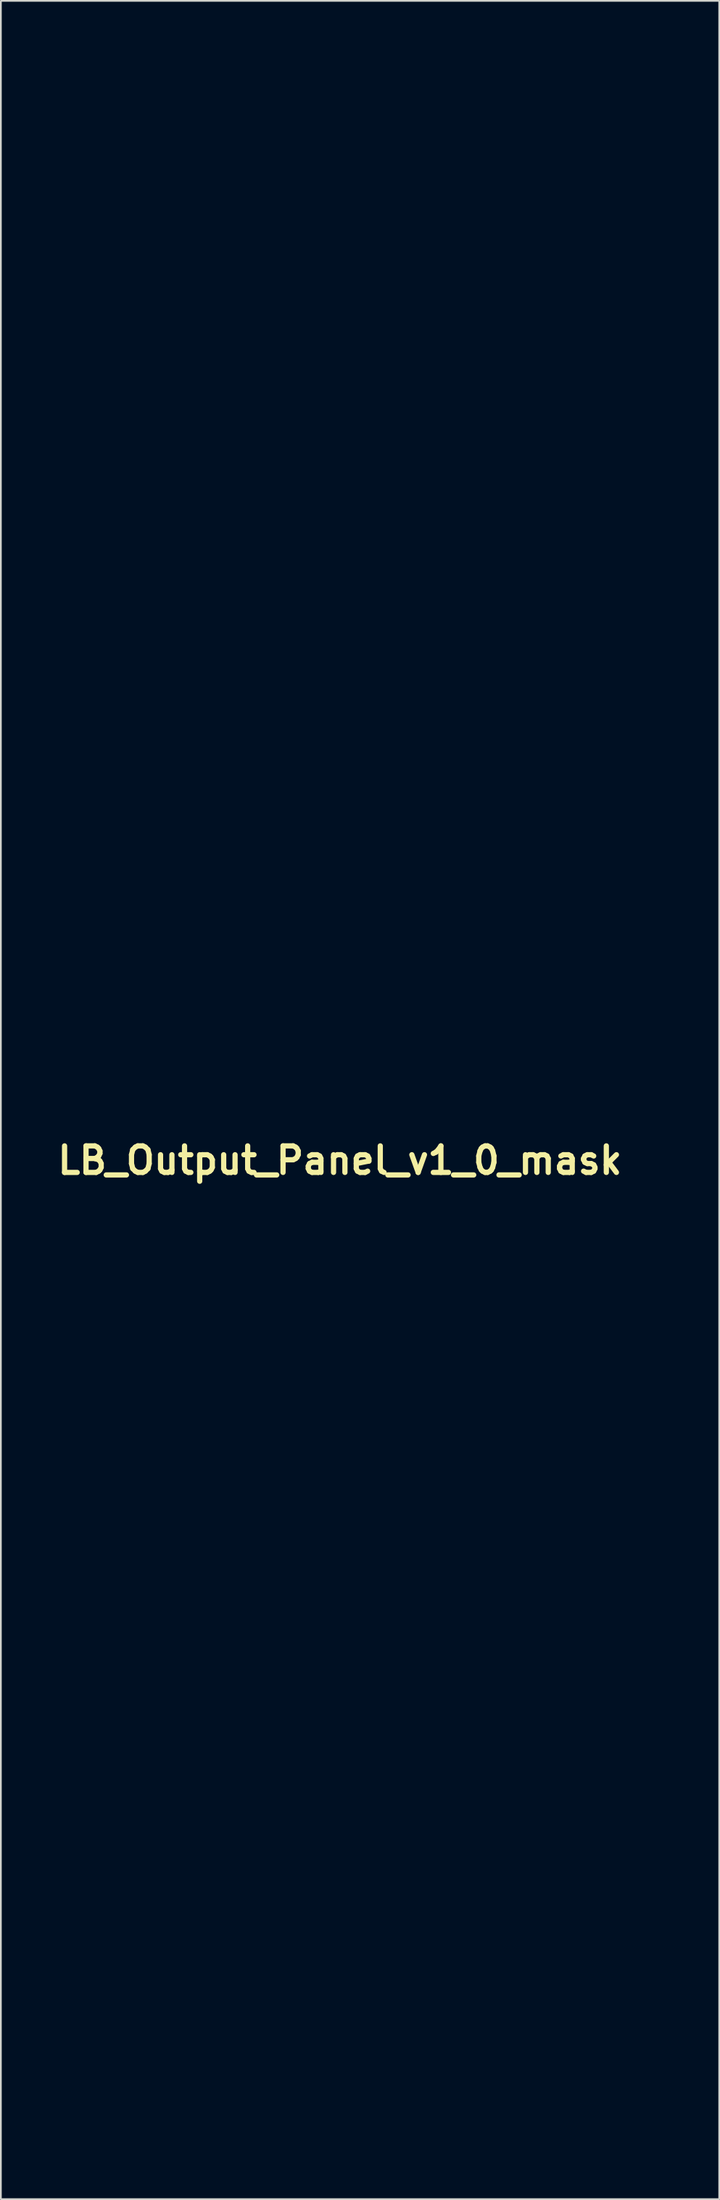
<source format=kicad_pcb>
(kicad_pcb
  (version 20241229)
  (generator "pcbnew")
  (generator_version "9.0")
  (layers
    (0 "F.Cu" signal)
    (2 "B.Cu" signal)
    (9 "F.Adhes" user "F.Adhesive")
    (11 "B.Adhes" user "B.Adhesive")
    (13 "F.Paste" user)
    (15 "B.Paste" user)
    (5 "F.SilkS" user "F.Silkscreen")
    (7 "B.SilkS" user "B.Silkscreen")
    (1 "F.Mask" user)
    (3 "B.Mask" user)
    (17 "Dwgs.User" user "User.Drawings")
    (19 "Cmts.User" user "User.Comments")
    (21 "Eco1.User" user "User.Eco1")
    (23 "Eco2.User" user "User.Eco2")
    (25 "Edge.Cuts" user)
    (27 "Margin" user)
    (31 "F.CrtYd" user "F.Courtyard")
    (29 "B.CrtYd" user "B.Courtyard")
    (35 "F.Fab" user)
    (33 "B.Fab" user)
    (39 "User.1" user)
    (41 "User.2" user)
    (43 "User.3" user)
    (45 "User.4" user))
  (footprint "LB_Output_Panel_v1_0_mask"
    (layer "F.Cu")
    (at 16.481 63.632)
    (property "Reference" "LB_Output_Panel_v1_0_mask" (at 0 0 0) (layer "F.SilkS") (effects (font (size 1.524 1.524) (thickness 0.3))))
    (attr through_hole)
    (fp_poly (pts (xy 8.001 -49.53) (xy 3.598 -49.53) (xy 3.598 -49.742) (xy 8.001 -49.742) (xy 8.001 -49.53)) (stroke (width 0.01) (type solid)) (fill yes) (layer "F.Mask"))
    (fp_poly (pts (xy 13.843 -14.563) (xy 13.42 -14.563) (xy 13.42 -16.468) (xy 13.843 -16.468) (xy 13.843 -14.563)) (stroke (width 0.01) (type solid)) (fill yes) (layer "F.Mask"))
    (fp_poly (pts (xy -1.312 -55.076) (xy -0.55 -55.076) (xy -0.55 -54.737) (xy -1.736 -54.737) (xy -1.736 -56.642) (xy -1.312 -56.642) (xy -1.312 -55.076)) (stroke (width 0.01) (type solid)) (fill yes) (layer "F.Mask"))
    (fp_poly (pts (xy 12.531 -14.901) (xy 13.293 -14.901) (xy 13.293 -14.563) (xy 12.107 -14.563) (xy 12.107 -16.468) (xy 12.531 -16.468) (xy 12.531 -14.901)) (stroke (width 0.01) (type solid)) (fill yes) (layer "F.Mask"))
    (fp_poly (pts (xy 15.636 37.152) (xy 15.76 37.219) (xy 15.827 37.317) (xy 15.833 37.361) (xy 15.794 37.466) (xy 15.696 37.557) (xy 15.562 37.619) (xy 15.454 37.634) (xy 15.282 37.634) (xy 15.282 37.126) (xy 15.473 37.126) (xy 15.636 37.152)) (stroke (width 0.01) (type solid)) (fill yes) (layer "F.Mask"))
    (fp_poly (pts (xy 16.528 -4.763) (xy 16.64 -4.694) (xy 16.7 -4.571) (xy 16.702 -4.564) (xy 16.694 -4.437) (xy 16.618 -4.33) (xy 16.49 -4.257) (xy 16.343 -4.233) (xy 16.171 -4.233) (xy 16.171 -4.784) (xy 16.354 -4.784) (xy 16.528 -4.763)) (stroke (width 0.01) (type solid)) (fill yes) (layer "F.Mask"))
    (fp_poly (pts (xy -13.377 56.473) (xy -12.975 56.473) (xy -12.789 56.473) (xy -12.671 56.478) (xy -12.607 56.492) (xy -12.579 56.518) (xy -12.573 56.561) (xy -12.573 56.578) (xy -12.573 56.684) (xy -13.631 56.684) (xy -13.631 54.779) (xy -13.377 54.779) (xy -13.377 56.473)) (stroke (width 0.01) (type solid)) (fill yes) (layer "F.Mask"))
    (fp_poly (pts (xy 14.393 -33.443) (xy 15.113 -33.443) (xy 15.113 -34.163) (xy 15.536 -34.163) (xy 15.536 -32.258) (xy 15.113 -32.258) (xy 15.113 -33.062) (xy 14.393 -33.062) (xy 14.393 -32.258) (xy 13.97 -32.258) (xy 13.97 -34.163) (xy 14.393 -34.163) (xy 14.393 -33.443)) (stroke (width 0.01) (type solid)) (fill yes) (layer "F.Mask"))
    (fp_poly (pts (xy 17.06 -16.129) (xy 16.298 -16.129) (xy 16.298 -15.706) (xy 17.018 -15.706) (xy 17.018 -15.367) (xy 16.298 -15.367) (xy 16.298 -14.901) (xy 17.103 -14.901) (xy 17.103 -14.563) (xy 15.875 -14.563) (xy 15.875 -16.468) (xy 17.06 -16.468) (xy 17.06 -16.129)) (stroke (width 0.01) (type solid)) (fill yes) (layer "F.Mask"))
    (fp_poly (pts (xy 0.042 -56.682) (xy 0.124 -56.672) (xy 0.16 -56.646) (xy 0.169 -56.596) (xy 0.169 -56.578) (xy 0.156 -56.503) (xy 0.098 -56.475) (xy 0.042 -56.473) (xy -0.085 -56.473) (xy -0.085 -54.652) (xy 0.042 -54.652) (xy 0.133 -54.641) (xy 0.166 -54.593) (xy 0.169 -54.547) (xy 0.165 -54.49) (xy 0.137 -54.458) (xy 0.069 -54.444) (xy -0.061 -54.441) (xy -0.106 -54.441) (xy -0.381 -54.441) (xy -0.381 -56.684) (xy -0.106 -56.684) (xy 0.042 -56.682)) (stroke (width 0.01) (type solid)) (fill yes) (layer "F.Mask"))
    (fp_poly (pts (xy 3.09 -54.441) (xy 2.815 -54.441) (xy 2.667 -54.443) (xy 2.585 -54.453) (xy 2.549 -54.479) (xy 2.54 -54.529) (xy 2.54 -54.547) (xy 2.554 -54.622) (xy 2.612 -54.65) (xy 2.667 -54.652) (xy 2.794 -54.652) (xy 2.794 -56.473) (xy 2.667 -56.473) (xy 2.576 -56.484) (xy 2.543 -56.532) (xy 2.54 -56.578) (xy 2.545 -56.635) (xy 2.572 -56.667) (xy 2.641 -56.681) (xy 2.77 -56.684) (xy 2.815 -56.684) (xy 3.09 -56.684) (xy 3.09 -54.441)) (stroke (width 0.01) (type solid)) (fill yes) (layer "F.Mask"))
    (fp_poly (pts (xy 15.265 -15.16) (xy 15.247 -15.814) (xy 15.23 -16.468) (xy 15.621 -16.468) (xy 15.621 -14.563) (xy 15.413 -14.563) (xy 15.336 -14.563) (xy 15.274 -14.57) (xy 15.22 -14.593) (xy 15.167 -14.642) (xy 15.107 -14.725) (xy 15.033 -14.851) (xy 14.937 -15.031) (xy 14.813 -15.272) (xy 14.754 -15.388) (xy 14.654 -15.582) (xy 14.568 -15.748) (xy 14.504 -15.87) (xy 14.469 -15.937) (xy 14.464 -15.945) (xy 14.463 -15.908) (xy 14.462 -15.8) (xy 14.464 -15.634) (xy 14.467 -15.426) (xy 14.469 -15.258) (xy 14.482 -14.563) (xy 14.097 -14.563) (xy 14.097 -16.468) (xy 14.588 -16.468) (xy 15.265 -15.16)) (stroke (width 0.01) (type solid)) (fill yes) (layer "F.Mask"))
    (fp_poly (pts (xy 16.464 -34.147) (xy 16.68 -34.112) (xy 16.845 -34.056) (xy 16.866 -34.045) (xy 17.014 -33.914) (xy 17.107 -33.735) (xy 17.132 -33.536) (xy 17.129 -33.51) (xy 17.065 -33.299) (xy 16.931 -33.132) (xy 16.733 -33.016) (xy 16.474 -32.952) (xy 16.425 -32.947) (xy 16.171 -32.924) (xy 16.171 -32.258) (xy 15.748 -32.258) (xy 15.748 -33.824) (xy 16.171 -33.824) (xy 16.171 -33.274) (xy 16.349 -33.274) (xy 16.516 -33.299) (xy 16.624 -33.366) (xy 16.708 -33.488) (xy 16.718 -33.609) (xy 16.66 -33.715) (xy 16.544 -33.792) (xy 16.378 -33.824) (xy 16.362 -33.824) (xy 16.171 -33.824) (xy 15.748 -33.824) (xy 15.748 -34.115) (xy 15.986 -34.144) (xy 16.224 -34.159) (xy 16.464 -34.147)) (stroke (width 0.01) (type solid)) (fill yes) (layer "F.Mask"))
    (fp_poly (pts (xy 11.463 -56.629) (xy 11.682 -56.599) (xy 11.855 -56.551) (xy 11.91 -56.525) (xy 12.038 -56.407) (xy 12.113 -56.25) (xy 12.133 -56.076) (xy 12.097 -55.909) (xy 12.006 -55.769) (xy 11.94 -55.718) (xy 11.82 -55.645) (xy 11.918 -55.531) (xy 11.992 -55.414) (xy 12.065 -55.234) (xy 12.14 -54.983) (xy 12.173 -54.853) (xy 12.186 -54.785) (xy 12.168 -54.75) (xy 12.1 -54.738) (xy 11.987 -54.737) (xy 11.772 -54.737) (xy 11.707 -54.956) (xy 11.67 -55.09) (xy 11.646 -55.196) (xy 11.642 -55.233) (xy 11.605 -55.324) (xy 11.516 -55.413) (xy 11.401 -55.478) (xy 11.305 -55.499) (xy 11.176 -55.499) (xy 11.176 -54.737) (xy 10.753 -54.737) (xy 10.753 -55.795) (xy 11.172 -55.795) (xy 11.356 -55.795) (xy 11.529 -55.819) (xy 11.634 -55.882) (xy 11.714 -55.999) (xy 11.72 -56.116) (xy 11.659 -56.219) (xy 11.541 -56.292) (xy 11.377 -56.321) (xy 11.197 -56.325) (xy 11.185 -56.06) (xy 11.172 -55.795) (xy 10.753 -55.795) (xy 10.753 -56.594) (xy 10.991 -56.623) (xy 11.224 -56.638) (xy 11.463 -56.629)) (stroke (width 0.01) (type solid)) (fill yes) (layer "F.Mask"))
    (fp_poly (pts (xy -8.86 54.805) (xy -8.657 54.859) (xy -8.579 54.896) (xy -8.448 55.018) (xy -8.375 55.182) (xy -8.368 55.366) (xy -8.399 55.474) (xy -8.473 55.595) (xy -8.569 55.688) (xy -8.583 55.696) (xy -8.702 55.765) (xy -8.592 55.875) (xy -8.503 56.007) (xy -8.428 56.204) (xy -8.412 56.265) (xy -8.372 56.418) (xy -8.337 56.545) (xy -8.315 56.614) (xy -8.313 56.664) (xy -8.371 56.683) (xy -8.415 56.684) (xy -8.482 56.68) (xy -8.526 56.654) (xy -8.56 56.59) (xy -8.594 56.47) (xy -8.616 56.384) (xy -8.684 56.158) (xy -8.764 56.004) (xy -8.868 55.909) (xy -9.007 55.859) (xy -9.071 55.849) (xy -9.271 55.827) (xy -9.271 56.684) (xy -9.525 56.684) (xy -9.525 55.333) (xy -9.271 55.333) (xy -9.271 55.668) (xy -9.078 55.668) (xy -8.93 55.654) (xy -8.796 55.62) (xy -8.766 55.606) (xy -8.644 55.506) (xy -8.589 55.38) (xy -8.599 55.246) (xy -8.667 55.12) (xy -8.79 55.021) (xy -8.939 54.969) (xy -9.089 54.949) (xy -9.186 54.965) (xy -9.241 55.028) (xy -9.266 55.152) (xy -9.271 55.333) (xy -9.525 55.333) (xy -9.525 54.827) (xy -9.33 54.798) (xy -9.095 54.784) (xy -8.86 54.805)) (stroke (width 0.01) (type solid)) (fill yes) (layer "F.Mask"))
    (fp_poly (pts (xy 1.136 -56.166) (xy 1.194 -55.955) (xy 1.25 -55.754) (xy 1.294 -55.588) (xy 1.318 -55.499) (xy 1.367 -55.309) (xy 1.425 -55.541) (xy 1.463 -55.684) (xy 1.518 -55.877) (xy 1.581 -56.089) (xy 1.617 -56.208) (xy 1.75 -56.642) (xy 2.015 -56.642) (xy 2.166 -56.638) (xy 2.253 -56.621) (xy 2.293 -56.588) (xy 2.301 -56.568) (xy 2.31 -56.501) (xy 2.32 -56.367) (xy 2.332 -56.181) (xy 2.342 -55.96) (xy 2.348 -55.838) (xy 2.358 -55.59) (xy 2.371 -55.353) (xy 2.383 -55.149) (xy 2.394 -54.999) (xy 2.398 -54.959) (xy 2.423 -54.737) (xy 2 -54.737) (xy 1.969 -55.485) (xy 1.938 -56.233) (xy 1.74 -55.58) (xy 1.657 -55.307) (xy 1.594 -55.103) (xy 1.547 -54.96) (xy 1.509 -54.866) (xy 1.475 -54.811) (xy 1.44 -54.786) (xy 1.399 -54.778) (xy 1.345 -54.779) (xy 1.323 -54.779) (xy 1.161 -54.779) (xy 0.999 -55.404) (xy 0.924 -55.693) (xy 0.867 -55.907) (xy 0.826 -56.053) (xy 0.798 -56.138) (xy 0.781 -56.168) (xy 0.771 -56.15) (xy 0.767 -56.092) (xy 0.765 -56.003) (xy 0.762 -55.864) (xy 0.754 -55.668) (xy 0.744 -55.443) (xy 0.734 -55.252) (xy 0.707 -54.737) (xy 0.326 -54.737) (xy 0.353 -55.15) (xy 0.366 -55.366) (xy 0.382 -55.63) (xy 0.397 -55.904) (xy 0.408 -56.102) (xy 0.436 -56.642) (xy 1.004 -56.642) (xy 1.136 -56.166)) (stroke (width 0.01) (type solid)) (fill yes) (layer "F.Mask"))
    (fp_poly (pts (xy 5.696 -62.729) (xy 5.951 -62.728) (xy 7.768 -62.717) (xy 7.779 -60.859) (xy 7.781 -60.368) (xy 7.782 -59.957) (xy 7.78 -59.622) (xy 7.775 -59.36) (xy 7.769 -59.164) (xy 7.76 -59.032) (xy 7.749 -58.959) (xy 7.742 -58.943) (xy 7.689 -58.929) (xy 7.562 -58.916) (xy 7.372 -58.906) (xy 7.13 -58.897) (xy 6.847 -58.89) (xy 6.533 -58.885) (xy 6.2 -58.882) (xy 5.858 -58.88) (xy 5.519 -58.881) (xy 5.192 -58.884) (xy 4.89 -58.889) (xy 4.622 -58.895) (xy 4.4 -58.904) (xy 4.235 -58.915) (xy 4.136 -58.928) (xy 4.115 -58.936) (xy 4.104 -58.988) (xy 4.095 -59.114) (xy 4.086 -59.303) (xy 4.079 -59.545) (xy 4.073 -59.829) (xy 4.072 -59.88) (xy 4.395 -59.88) (xy 4.397 -59.668) (xy 4.402 -59.484) (xy 4.41 -59.348) (xy 4.42 -59.275) (xy 4.422 -59.269) (xy 4.476 -59.247) (xy 4.591 -59.231) (xy 4.747 -59.224) (xy 4.765 -59.224) (xy 5.08 -59.224) (xy 5.08 -60.537) (xy 5.249 -60.537) (xy 5.249 -59.224) (xy 5.842 -59.224) (xy 5.842 -60.537) (xy 6.011 -60.537) (xy 6.011 -59.224) (xy 6.646 -59.224) (xy 6.646 -60.537) (xy 6.773 -60.537) (xy 6.773 -59.224) (xy 7.107 -59.224) (xy 7.284 -59.228) (xy 7.392 -59.241) (xy 7.449 -59.265) (xy 7.467 -59.291) (xy 7.482 -59.374) (xy 7.491 -59.515) (xy 7.495 -59.694) (xy 7.494 -59.893) (xy 7.488 -60.09) (xy 7.478 -60.266) (xy 7.464 -60.403) (xy 7.447 -60.479) (xy 7.442 -60.486) (xy 7.372 -60.514) (xy 7.236 -60.531) (xy 7.082 -60.537) (xy 6.773 -60.537) (xy 6.646 -60.537) (xy 6.011 -60.537) (xy 5.842 -60.537) (xy 5.249 -60.537) (xy 5.08 -60.537) (xy 4.765 -60.537) (xy 4.607 -60.531) (xy 4.486 -60.516) (xy 4.424 -60.495) (xy 4.422 -60.492) (xy 4.412 -60.435) (xy 4.404 -60.31) (xy 4.398 -60.136) (xy 4.395 -59.928) (xy 4.395 -59.88) (xy 4.072 -59.88) (xy 4.068 -60.144) (xy 4.065 -60.48) (xy 4.063 -60.827) (xy 4.062 -61.173) (xy 4.063 -61.508) (xy 4.065 -61.717) (xy 4.36 -61.717) (xy 4.362 -61.464) (xy 4.367 -61.282) (xy 4.378 -61.159) (xy 4.395 -61.081) (xy 4.42 -61.034) (xy 4.427 -61.027) (xy 4.454 -61.008) (xy 4.501 -60.994) (xy 4.576 -60.982) (xy 4.688 -60.974) (xy 4.845 -60.967) (xy 5.057 -60.963) (xy 5.331 -60.961) (xy 5.676 -60.96) (xy 5.911 -60.96) (xy 6.333 -60.961) (xy 6.692 -60.965) (xy 6.984 -60.972) (xy 7.204 -60.98) (xy 7.349 -60.991) (xy 7.411 -61.004) (xy 7.443 -61.027) (xy 7.465 -61.066) (xy 7.48 -61.134) (xy 7.488 -61.245) (xy 7.492 -61.412) (xy 7.493 -61.649) (xy 7.493 -61.678) (xy 7.491 -61.905) (xy 7.487 -62.105) (xy 7.48 -62.261) (xy 7.471 -62.356) (xy 7.467 -62.375) (xy 7.453 -62.393) (xy 7.419 -62.407) (xy 7.358 -62.418) (xy 7.261 -62.427) (xy 7.12 -62.433) (xy 6.928 -62.437) (xy 6.675 -62.44) (xy 6.355 -62.441) (xy 5.957 -62.442) (xy 5.952 -62.442) (xy 5.524 -62.441) (xy 5.175 -62.438) (xy 4.9 -62.434) (xy 4.691 -62.427) (xy 4.545 -62.418) (xy 4.453 -62.406) (xy 4.412 -62.392) (xy 4.411 -62.391) (xy 4.388 -62.329) (xy 4.372 -62.196) (xy 4.363 -61.985) (xy 4.36 -61.717) (xy 4.065 -61.717) (xy 4.065 -61.821) (xy 4.069 -62.101) (xy 4.075 -62.339) (xy 4.082 -62.523) (xy 4.091 -62.643) (xy 4.099 -62.686) (xy 4.125 -62.699) (xy 4.188 -62.71) (xy 4.294 -62.718) (xy 4.45 -62.724) (xy 4.661 -62.728) (xy 4.935 -62.731) (xy 5.278 -62.731) (xy 5.696 -62.729)) (stroke (width 0.01) (type solid)) (fill yes) (layer "F.Mask"))
    (fp_poly (pts (xy 6.879 -63.627) (xy 7.249 -63.625) (xy 7.556 -63.622) (xy 7.805 -63.617) (xy 8.005 -63.609) (xy 8.161 -63.597) (xy 8.281 -63.58) (xy 8.371 -63.559) (xy 8.439 -63.532) (xy 8.491 -63.499) (xy 8.535 -63.459) (xy 8.576 -63.412) (xy 8.61 -63.371) (xy 8.721 -63.24) (xy 8.72 -60.84) (xy 8.72 -60.328) (xy 8.72 -59.894) (xy 8.719 -59.53) (xy 8.717 -59.231) (xy 8.714 -58.989) (xy 8.71 -58.798) (xy 8.704 -58.65) (xy 8.697 -58.539) (xy 8.688 -58.459) (xy 8.676 -58.402) (xy 8.663 -58.361) (xy 8.647 -58.33) (xy 8.64 -58.32) (xy 8.544 -58.207) (xy 8.44 -58.119) (xy 8.41 -58.102) (xy 8.374 -58.088) (xy 8.323 -58.076) (xy 8.252 -58.066) (xy 8.152 -58.058) (xy 8.019 -58.052) (xy 7.843 -58.048) (xy 7.62 -58.045) (xy 7.341 -58.043) (xy 7 -58.042) (xy 6.59 -58.042) (xy 6.104 -58.042) (xy 5.948 -58.043) (xy 5.506 -58.044) (xy 5.089 -58.045) (xy 4.704 -58.048) (xy 4.36 -58.051) (xy 4.063 -58.054) (xy 3.823 -58.058) (xy 3.646 -58.062) (xy 3.54 -58.066) (xy 3.514 -58.069) (xy 3.438 -58.113) (xy 3.351 -58.182) (xy 3.305 -58.224) (xy 3.266 -58.264) (xy 3.233 -58.309) (xy 3.207 -58.367) (xy 3.185 -58.444) (xy 3.168 -58.546) (xy 3.155 -58.682) (xy 3.146 -58.857) (xy 3.14 -59.08) (xy 3.136 -59.355) (xy 3.134 -59.692) (xy 3.133 -60.095) (xy 3.133 -60.573) (xy 3.133 -60.814) (xy 3.768 -60.814) (xy 3.768 -58.763) (xy 3.862 -58.698) (xy 3.892 -58.682) (xy 3.941 -58.669) (xy 4.015 -58.659) (xy 4.122 -58.65) (xy 4.269 -58.644) (xy 4.462 -58.639) (xy 4.71 -58.635) (xy 5.02 -58.633) (xy 5.398 -58.632) (xy 5.852 -58.632) (xy 5.951 -58.632) (xy 6.413 -58.632) (xy 6.798 -58.632) (xy 7.113 -58.633) (xy 7.366 -58.635) (xy 7.564 -58.639) (xy 7.714 -58.644) (xy 7.824 -58.651) (xy 7.902 -58.66) (xy 7.954 -58.672) (xy 7.987 -58.687) (xy 8.011 -58.705) (xy 8.026 -58.721) (xy 8.045 -58.745) (xy 8.06 -58.776) (xy 8.073 -58.823) (xy 8.083 -58.893) (xy 8.091 -58.993) (xy 8.097 -59.13) (xy 8.101 -59.312) (xy 8.104 -59.546) (xy 8.106 -59.839) (xy 8.107 -60.2) (xy 8.107 -60.634) (xy 8.107 -60.841) (xy 8.107 -62.872) (xy 8.007 -62.953) (xy 7.98 -62.972) (xy 7.946 -62.988) (xy 7.896 -63.001) (xy 7.824 -63.011) (xy 7.722 -63.019) (xy 7.582 -63.025) (xy 7.397 -63.029) (xy 7.16 -63.032) (xy 6.862 -63.033) (xy 6.496 -63.034) (xy 6.056 -63.034) (xy 5.922 -63.034) (xy 5.46 -63.034) (xy 5.076 -63.034) (xy 4.762 -63.032) (xy 4.509 -63.03) (xy 4.312 -63.027) (xy 4.162 -63.021) (xy 4.052 -63.014) (xy 3.975 -63.005) (xy 3.922 -62.993) (xy 3.888 -62.978) (xy 3.863 -62.96) (xy 3.852 -62.95) (xy 3.833 -62.928) (xy 3.817 -62.9) (xy 3.804 -62.858) (xy 3.793 -62.795) (xy 3.785 -62.705) (xy 3.778 -62.578) (xy 3.774 -62.409) (xy 3.771 -62.19) (xy 3.769 -61.913) (xy 3.768 -61.571) (xy 3.768 -61.157) (xy 3.768 -60.814) (xy 3.133 -60.814) (xy 3.133 -60.841) (xy 3.133 -61.346) (xy 3.133 -61.774) (xy 3.134 -62.13) (xy 3.136 -62.423) (xy 3.139 -62.659) (xy 3.143 -62.846) (xy 3.149 -62.989) (xy 3.157 -63.096) (xy 3.166 -63.175) (xy 3.178 -63.232) (xy 3.192 -63.273) (xy 3.209 -63.307) (xy 3.217 -63.32) (xy 3.315 -63.44) (xy 3.435 -63.54) (xy 3.439 -63.543) (xy 3.472 -63.561) (xy 3.509 -63.576) (xy 3.559 -63.589) (xy 3.627 -63.599) (xy 3.722 -63.608) (xy 3.849 -63.614) (xy 4.016 -63.619) (xy 4.231 -63.622) (xy 4.499 -63.625) (xy 4.828 -63.626) (xy 5.224 -63.627) (xy 5.696 -63.627) (xy 5.918 -63.627) (xy 6.437 -63.627) (xy 6.879 -63.627)) (stroke (width 0.01) (type solid)) (fill yes) (layer "F.Mask"))
    (fp_poly (pts (xy 18.402 -6.639) (xy 18.533 -6.531) (xy 18.648 -6.402) (xy 18.674 -6.363) (xy 18.775 -6.202) (xy 18.775 12.002) (xy 18.674 12.163) (xy 18.573 12.29) (xy 18.442 12.409) (xy 18.402 12.438) (xy 18.231 12.552) (xy 6.988 12.559) (xy 5.795 12.559) (xy 4.659 12.56) (xy 3.582 12.56) (xy 2.565 12.559) (xy 1.61 12.558) (xy 0.719 12.557) (xy -0.107 12.556) (xy -0.866 12.554) (xy -1.555 12.552) (xy -2.174 12.55) (xy -2.721 12.548) (xy -3.194 12.545) (xy -3.591 12.542) (xy -3.91 12.538) (xy -4.151 12.535) (xy -4.311 12.531) (xy -4.388 12.526) (xy -4.394 12.525) (xy -4.544 12.449) (xy -4.697 12.318) (xy -4.825 12.16) (xy -4.905 12.001) (xy -4.909 11.987) (xy -4.915 11.932) (xy -4.92 11.809) (xy -4.925 11.618) (xy -4.929 11.358) (xy -4.932 11.027) (xy -4.936 10.624) (xy -4.938 10.148) (xy -4.941 9.597) (xy -4.943 8.971) (xy -4.944 8.269) (xy -4.945 7.488) (xy -4.945 6.628) (xy -4.945 5.688) (xy -4.945 4.667) (xy -4.944 3.562) (xy -4.943 2.908) (xy 0.089 2.908) (xy 0.129 3.692) (xy 0.253 4.472) (xy 0.459 5.242) (xy 0.469 5.271) (xy 0.578 5.564) (xy 0.726 5.901) (xy 0.899 6.259) (xy 1.087 6.613) (xy 1.276 6.939) (xy 1.454 7.215) (xy 1.471 7.239) (xy 1.679 7.507) (xy 1.939 7.804) (xy 2.231 8.11) (xy 2.537 8.407) (xy 2.837 8.676) (xy 3.114 8.899) (xy 3.175 8.943) (xy 3.449 9.123) (xy 3.777 9.314) (xy 4.135 9.504) (xy 4.499 9.682) (xy 4.845 9.833) (xy 5.147 9.947) (xy 5.154 9.949) (xy 5.846 10.139) (xy 6.562 10.264) (xy 7.283 10.322) (xy 7.988 10.311) (xy 8.276 10.285) (xy 8.859 10.196) (xy 9.435 10.066) (xy 9.832 9.949) (xy 10.133 9.836) (xy 10.478 9.685) (xy 10.842 9.509) (xy 11.201 9.318) (xy 11.53 9.127) (xy 11.805 8.947) (xy 11.811 8.943) (xy 12.079 8.735) (xy 12.376 8.475) (xy 12.682 8.183) (xy 12.979 7.877) (xy 13.248 7.577) (xy 13.471 7.3) (xy 13.515 7.239) (xy 13.695 6.965) (xy 13.886 6.637) (xy 14.076 6.279) (xy 14.254 5.915) (xy 14.405 5.569) (xy 14.519 5.267) (xy 14.521 5.26) (xy 14.728 4.498) (xy 14.853 3.722) (xy 14.896 2.939) (xy 14.857 2.156) (xy 14.736 1.38) (xy 14.532 0.617) (xy 14.521 0.582) (xy 14.408 0.281) (xy 14.257 -0.064) (xy 14.081 -0.428) (xy 13.89 -0.787) (xy 13.699 -1.116) (xy 13.519 -1.391) (xy 13.515 -1.397) (xy 13.307 -1.665) (xy 13.047 -1.962) (xy 12.755 -2.268) (xy 12.449 -2.565) (xy 12.149 -2.834) (xy 11.872 -3.057) (xy 11.811 -3.101) (xy 11.537 -3.281) (xy 11.209 -3.472) (xy 10.851 -3.662) (xy 10.487 -3.84) (xy 10.141 -3.991) (xy 9.839 -4.105) (xy 9.832 -4.107) (xy 9.07 -4.314) (xy 8.294 -4.439) (xy 7.511 -4.482) (xy 6.728 -4.443) (xy 5.952 -4.322) (xy 5.189 -4.118) (xy 5.154 -4.107) (xy 4.853 -3.994) (xy 4.508 -3.843) (xy 4.144 -3.667) (xy 3.785 -3.476) (xy 3.456 -3.285) (xy 3.181 -3.105) (xy 3.175 -3.101) (xy 2.907 -2.893) (xy 2.61 -2.633) (xy 2.304 -2.341) (xy 2.007 -2.035) (xy 1.738 -1.735) (xy 1.515 -1.458) (xy 1.471 -1.397) (xy 1.291 -1.123) (xy 1.1 -0.795) (xy 0.91 -0.437) (xy 0.732 -0.073) (xy 0.581 0.273) (xy 0.467 0.575) (xy 0.465 0.582) (xy 0.257 1.347) (xy 0.131 2.124) (xy 0.089 2.908) (xy -4.943 2.908) (xy -4.943 2.809) (xy -4.933 -5.122) (xy 13.97 -5.122) (xy 13.97 -3.217) (xy 14.393 -3.217) (xy 14.393 -4.022) (xy 15.113 -4.022) (xy 15.113 -3.217) (xy 15.536 -3.217) (xy 15.536 -4.144) (xy 15.748 -4.144) (xy 15.748 -3.217) (xy 16.171 -3.217) (xy 16.171 -3.883) (xy 16.448 -3.905) (xy 16.716 -3.956) (xy 16.921 -4.059) (xy 17.061 -4.21) (xy 17.132 -4.406) (xy 17.132 -4.624) (xy 17.067 -4.81) (xy 16.937 -4.965) (xy 16.762 -5.068) (xy 16.724 -5.08) (xy 16.61 -5.1) (xy 16.447 -5.113) (xy 16.261 -5.121) (xy 16.078 -5.121) (xy 15.924 -5.114) (xy 15.824 -5.099) (xy 15.815 -5.097) (xy 15.793 -5.079) (xy 15.776 -5.038) (xy 15.764 -4.964) (xy 15.756 -4.847) (xy 15.751 -4.675) (xy 15.749 -4.438) (xy 15.748 -4.144) (xy 15.536 -4.144) (xy 15.536 -5.122) (xy 15.113 -5.122) (xy 15.113 -4.403) (xy 14.393 -4.403) (xy 14.393 -5.122) (xy 13.97 -5.122) (xy -4.933 -5.122) (xy -4.932 -6.202) (xy -4.831 -6.363) (xy -4.73 -6.49) (xy -4.599 -6.61) (xy -4.559 -6.639) (xy -4.388 -6.752) (xy 18.231 -6.752) (xy 18.402 -6.639)) (stroke (width 0.01) (type solid)) (fill yes) (layer "F.Mask"))
    (fp_poly (pts (xy 7.808 -41.279) (xy 8.664 -41.279) (xy 9.511 -41.278) (xy 10.347 -41.277) (xy 11.165 -41.276) (xy 11.962 -41.275) (xy 12.735 -41.273) (xy 13.478 -41.271) (xy 14.187 -41.269) (xy 14.858 -41.266) (xy 15.488 -41.263) (xy 16.071 -41.26) (xy 16.604 -41.256) (xy 17.082 -41.253) (xy 17.501 -41.249) (xy 17.856 -41.245) (xy 18.145 -41.24) (xy 18.361 -41.235) (xy 18.502 -41.23) (xy 18.563 -41.225) (xy 18.564 -41.224) (xy 18.584 -41.218) (xy 18.603 -41.215) (xy 18.62 -41.213) (xy 18.636 -41.211) (xy 18.652 -41.204) (xy 18.666 -41.192) (xy 18.679 -41.171) (xy 18.692 -41.138) (xy 18.703 -41.093) (xy 18.714 -41.031) (xy 18.724 -40.951) (xy 18.733 -40.85) (xy 18.741 -40.725) (xy 18.748 -40.575) (xy 18.755 -40.397) (xy 18.761 -40.187) (xy 18.767 -39.945) (xy 18.772 -39.667) (xy 18.776 -39.35) (xy 18.78 -38.993) (xy 18.783 -38.593) (xy 18.786 -38.148) (xy 18.788 -37.654) (xy 18.79 -37.11) (xy 18.792 -36.513) (xy 18.793 -35.861) (xy 18.794 -35.151) (xy 18.795 -34.381) (xy 18.796 -33.547) (xy 18.796 -32.649) (xy 18.796 -31.683) (xy 18.796 -30.646) (xy 18.796 -29.537) (xy 18.796 -28.353) (xy 18.796 -27.092) (xy 18.796 -25.75) (xy 18.796 -24.49) (xy 18.796 -23.075) (xy 18.796 -21.743) (xy 18.796 -20.49) (xy 18.796 -19.314) (xy 18.796 -18.214) (xy 18.796 -17.185) (xy 18.796 -16.227) (xy 18.796 -15.336) (xy 18.795 -14.51) (xy 18.794 -13.746) (xy 18.793 -13.043) (xy 18.792 -12.397) (xy 18.79 -11.806) (xy 18.788 -11.267) (xy 18.786 -10.779) (xy 18.783 -10.339) (xy 18.779 -9.944) (xy 18.776 -9.592) (xy 18.771 -9.28) (xy 18.766 -9.006) (xy 18.761 -8.767) (xy 18.755 -8.562) (xy 18.748 -8.386) (xy 18.74 -8.239) (xy 18.732 -8.117) (xy 18.723 -8.019) (xy 18.713 -7.941) (xy 18.702 -7.881) (xy 18.691 -7.837) (xy 18.678 -7.806) (xy 18.665 -7.786) (xy 18.65 -7.774) (xy 18.635 -7.769) (xy 18.618 -7.766) (xy 18.601 -7.764) (xy 18.582 -7.761) (xy 18.564 -7.755) (xy 18.51 -7.75) (xy 18.375 -7.744) (xy 18.164 -7.739) (xy 17.881 -7.734) (xy 17.531 -7.73) (xy 17.117 -7.726) (xy 16.644 -7.722) (xy 16.116 -7.719) (xy 15.537 -7.715) (xy 14.911 -7.713) (xy 14.243 -7.71) (xy 13.537 -7.708) (xy 12.797 -7.706) (xy 12.027 -7.704) (xy 11.232 -7.703) (xy 10.415 -7.702) (xy 9.581 -7.701) (xy 8.735 -7.701) (xy 7.879 -7.701) (xy 7.02 -7.701) (xy 6.16 -7.701) (xy 5.304 -7.702) (xy 4.456 -7.703) (xy 3.621 -7.704) (xy 2.803 -7.706) (xy 2.005 -7.708) (xy 1.233 -7.71) (xy 0.489 -7.712) (xy -0.22 -7.715) (xy -0.892 -7.718) (xy -1.522 -7.721) (xy -2.106 -7.725) (xy -2.639 -7.729) (xy -3.118 -7.733) (xy -3.538 -7.737) (xy -3.895 -7.742) (xy -4.185 -7.747) (xy -4.403 -7.752) (xy -4.545 -7.757) (xy -4.608 -7.763) (xy -4.61 -7.764) (xy -4.71 -7.846) (xy -4.767 -7.921) (xy -4.772 -7.942) (xy -4.776 -7.987) (xy -4.781 -8.059) (xy -4.785 -8.16) (xy -4.789 -8.292) (xy -4.792 -8.458) (xy -4.796 -8.66) (xy -4.799 -8.9) (xy -4.802 -9.181) (xy -4.804 -9.504) (xy -4.807 -9.872) (xy -4.809 -10.288) (xy -4.811 -10.753) (xy -4.813 -11.269) (xy -4.815 -11.84) (xy -4.816 -12.467) (xy -4.818 -13.153) (xy -4.819 -13.899) (xy -4.82 -14.708) (xy -4.821 -15.583) (xy -4.822 -16.526) (xy -4.822 -16.86) (xy -4.522 -16.86) (xy -4.522 -15.896) (xy -4.522 -14.973) (xy -4.522 -14.096) (xy -4.521 -13.265) (xy -4.521 -12.485) (xy -4.52 -11.758) (xy -4.52 -11.088) (xy -4.519 -10.476) (xy -4.518 -9.926) (xy -4.517 -9.441) (xy -4.516 -9.024) (xy -4.515 -8.677) (xy -4.514 -8.404) (xy -4.513 -8.207) (xy -4.511 -8.09) (xy -4.51 -8.054) (xy -4.493 -8.048) (xy -4.445 -8.043) (xy -4.364 -8.038) (xy -4.246 -8.034) (xy -4.089 -8.03) (xy -3.891 -8.026) (xy -3.65 -8.023) (xy -3.362 -8.02) (xy -3.025 -8.018) (xy -2.636 -8.016) (xy -2.193 -8.014) (xy -1.694 -8.012) (xy -1.136 -8.011) (xy -0.516 -8.01) (xy 0.168 -8.009) (xy 0.919 -8.009) (xy 1.739 -8.009) (xy 2.631 -8.009) (xy 3.598 -8.009) (xy 4.641 -8.01) (xy 5.764 -8.01) (xy 6.97 -8.011) (xy 6.994 -8.012) (xy 18.479 -8.022) (xy 18.479 -40.958) (xy -4.508 -40.958) (xy -4.519 -24.532) (xy -4.52 -23.357) (xy -4.521 -22.204) (xy -4.521 -21.075) (xy -4.522 -19.973) (xy -4.522 -18.901) (xy -4.522 -17.863) (xy -4.522 -16.86) (xy -4.822 -16.86) (xy -4.822 -17.538) (xy -4.823 -18.623) (xy -4.824 -19.782) (xy -4.824 -21.017) (xy -4.824 -22.332) (xy -4.824 -23.728) (xy -4.824 -24.481) (xy -4.825 -25.896) (xy -4.825 -27.229) (xy -4.825 -28.483) (xy -4.825 -29.658) (xy -4.825 -30.76) (xy -4.825 -31.788) (xy -4.825 -32.747) (xy -4.825 -33.638) (xy -4.824 -34.465) (xy -4.824 -35.229) (xy -4.823 -35.933) (xy -4.821 -36.579) (xy -4.82 -37.17) (xy -4.818 -37.709) (xy -4.815 -38.197) (xy -4.813 -38.638) (xy -4.809 -39.033) (xy -4.805 -39.385) (xy -4.801 -39.698) (xy -4.796 -39.972) (xy -4.791 -40.211) (xy -4.785 -40.417) (xy -4.778 -40.592) (xy -4.77 -40.74) (xy -4.762 -40.861) (xy -4.753 -40.96) (xy -4.743 -41.038) (xy -4.732 -41.098) (xy -4.721 -41.142) (xy -4.708 -41.173) (xy -4.695 -41.193) (xy -4.68 -41.205) (xy -4.665 -41.211) (xy -4.648 -41.214) (xy -4.631 -41.215) (xy -4.612 -41.218) (xy -4.594 -41.224) (xy -4.541 -41.23) (xy -4.407 -41.235) (xy -4.196 -41.24) (xy -3.914 -41.244) (xy -3.564 -41.248) (xy -3.15 -41.252) (xy -2.677 -41.256) (xy -2.149 -41.26) (xy -1.57 -41.263) (xy -0.944 -41.266) (xy -0.276 -41.268) (xy 0.43 -41.271) (xy 1.17 -41.273) (xy 1.94 -41.275) (xy 2.735 -41.276) (xy 3.552 -41.277) (xy 4.386 -41.278) (xy 5.233 -41.279) (xy 6.088 -41.279) (xy 6.948 -41.28) (xy 7.808 -41.279)) (stroke (width 0.01) (type solid)) (fill yes) (layer "F.Mask"))
    (fp_poly (pts (xy 18.402 13.597) (xy 18.533 13.704) (xy 18.648 13.834) (xy 18.674 13.872) (xy 18.775 14.034) (xy 18.775 52.726) (xy 18.674 52.888) (xy 18.573 53.015) (xy 18.442 53.134) (xy 18.402 53.163) (xy 18.231 53.276) (xy 6.988 53.283) (xy 5.795 53.284) (xy 4.659 53.284) (xy 3.582 53.284) (xy 2.565 53.284) (xy 1.61 53.283) (xy 0.719 53.282) (xy -0.107 53.281) (xy -0.866 53.279) (xy -1.555 53.277) (xy -2.174 53.275) (xy -2.721 53.272) (xy -3.194 53.269) (xy -3.591 53.266) (xy -3.91 53.263) (xy -4.151 53.259) (xy -4.311 53.255) (xy -4.388 53.251) (xy -4.394 53.25) (xy -4.544 53.174) (xy -4.696 53.043) (xy -4.825 52.885) (xy -4.905 52.727) (xy -4.909 52.713) (xy -4.913 52.665) (xy -4.916 52.552) (xy -4.92 52.373) (xy -4.923 52.127) (xy -4.926 51.812) (xy -4.929 51.429) (xy -4.931 50.976) (xy -4.934 50.452) (xy -4.936 49.857) (xy -4.938 49.189) (xy -4.939 48.448) (xy -4.941 47.633) (xy -4.942 46.743) (xy -4.943 45.777) (xy -4.944 44.734) (xy -4.944 43.614) (xy -4.944 43.434) (xy 0.28 43.434) (xy 0.281 43.743) (xy 0.285 43.987) (xy 0.294 44.185) (xy 0.309 44.356) (xy 0.332 44.52) (xy 0.364 44.695) (xy 0.393 44.833) (xy 0.599 45.615) (xy 0.878 46.354) (xy 1.228 47.048) (xy 1.647 47.695) (xy 2.134 48.294) (xy 2.688 48.84) (xy 3.306 49.333) (xy 3.514 49.477) (xy 4.098 49.822) (xy 4.738 50.118) (xy 5.415 50.359) (xy 6.112 50.537) (xy 6.674 50.631) (xy 6.952 50.654) (xy 7.29 50.661) (xy 7.662 50.654) (xy 8.044 50.634) (xy 8.412 50.602) (xy 8.741 50.559) (xy 8.914 50.528) (xy 9.685 50.327) (xy 10.413 50.053) (xy 11.098 49.707) (xy 11.742 49.287) (xy 12.345 48.792) (xy 12.683 48.465) (xy 13.195 47.881) (xy 13.635 47.257) (xy 14.002 46.591) (xy 14.3 45.879) (xy 14.528 45.119) (xy 14.593 44.833) (xy 14.633 44.639) (xy 14.662 44.469) (xy 14.682 44.306) (xy 14.695 44.129) (xy 14.702 43.919) (xy 14.705 43.657) (xy 14.706 43.434) (xy 14.705 43.125) (xy 14.701 42.881) (xy 14.692 42.683) (xy 14.677 42.512) (xy 14.654 42.348) (xy 14.622 42.173) (xy 14.593 42.035) (xy 14.39 41.257) (xy 14.117 40.528) (xy 13.775 39.846) (xy 13.362 39.207) (xy 12.876 38.609) (xy 12.683 38.403) (xy 12.108 37.868) (xy 11.972 37.766) (xy 14.859 37.766) (xy 14.859 38.693) (xy 15.282 38.693) (xy 15.282 38.335) (xy 15.287 38.167) (xy 15.3 38.035) (xy 15.319 37.96) (xy 15.326 37.951) (xy 15.415 37.937) (xy 15.53 37.966) (xy 15.63 38.023) (xy 15.669 38.068) (xy 15.705 38.156) (xy 15.75 38.292) (xy 15.785 38.414) (xy 15.855 38.672) (xy 16.096 38.684) (xy 16.338 38.697) (xy 16.3 38.578) (xy 16.267 38.471) (xy 16.224 38.322) (xy 16.194 38.215) (xy 16.142 38.066) (xy 16.08 37.939) (xy 16.039 37.883) (xy 15.952 37.796) (xy 16.041 37.734) (xy 16.165 37.599) (xy 16.236 37.42) (xy 16.243 37.245) (xy 16.193 37.073) (xy 16.09 36.945) (xy 15.927 36.857) (xy 15.699 36.806) (xy 15.398 36.789) (xy 15.381 36.789) (xy 15.202 36.791) (xy 15.05 36.798) (xy 14.949 36.808) (xy 14.926 36.813) (xy 14.904 36.831) (xy 14.887 36.872) (xy 14.875 36.946) (xy 14.867 37.063) (xy 14.862 37.235) (xy 14.86 37.472) (xy 14.859 37.766) (xy 11.972 37.766) (xy 11.496 37.409) (xy 10.844 37.021) (xy 10.147 36.705) (xy 9.404 36.458) (xy 8.892 36.334) (xy 8.698 36.294) (xy 8.528 36.265) (xy 8.365 36.245) (xy 8.188 36.232) (xy 7.978 36.225) (xy 7.716 36.222) (xy 7.493 36.221) (xy 7.184 36.222) (xy 6.94 36.226) (xy 6.742 36.235) (xy 6.571 36.25) (xy 6.407 36.273) (xy 6.232 36.305) (xy 6.094 36.334) (xy 5.317 36.537) (xy 4.59 36.808) (xy 3.909 37.149) (xy 3.272 37.561) (xy 2.673 38.047) (xy 2.303 38.403) (xy 1.791 38.987) (xy 1.351 39.611) (xy 0.984 40.277) (xy 0.686 40.989) (xy 0.458 41.749) (xy 0.393 42.035) (xy 0.353 42.229) (xy 0.324 42.399) (xy 0.304 42.562) (xy 0.291 42.739) (xy 0.284 42.949) (xy 0.281 43.211) (xy 0.28 43.434) (xy -4.944 43.434) (xy -4.945 42.415) (xy -4.945 41.137) (xy -4.945 39.779) (xy -4.945 38.34) (xy -4.944 36.818) (xy -4.944 35.214) (xy -4.943 33.526) (xy -4.943 33.29) (xy -4.937 23.221) (xy 0.008 23.221) (xy 0.047 23.979) (xy 0.162 24.731) (xy 0.354 25.472) (xy 0.622 26.194) (xy 0.967 26.892) (xy 1.388 27.559) (xy 1.586 27.816) (xy 1.835 28.103) (xy 2.119 28.403) (xy 2.417 28.697) (xy 2.714 28.968) (xy 2.99 29.198) (xy 3.133 29.304) (xy 3.797 29.722) (xy 4.498 30.068) (xy 5.228 30.339) (xy 5.981 30.534) (xy 6.748 30.65) (xy 7.522 30.687) (xy 8.295 30.641) (xy 8.412 30.627) (xy 9.194 30.483) (xy 9.955 30.259) (xy 10.688 29.958) (xy 11.385 29.583) (xy 11.811 29.304) (xy 12.064 29.109) (xy 12.347 28.864) (xy 12.642 28.586) (xy 12.931 28.293) (xy 13.198 28.003) (xy 13.425 27.732) (xy 13.547 27.569) (xy 13.972 26.89) (xy 14.32 26.184) (xy 14.59 25.457) (xy 14.783 24.713) (xy 14.899 23.959) (xy 14.937 23.2) (xy 14.898 22.442) (xy 14.781 21.69) (xy 14.587 20.95) (xy 14.315 20.228) (xy 13.967 19.529) (xy 13.556 18.881) (xy 13.358 18.624) (xy 13.108 18.337) (xy 12.825 18.037) (xy 12.526 17.743) (xy 12.23 17.472) (xy 11.953 17.242) (xy 11.811 17.136) (xy 11.14 16.712) (xy 10.44 16.366) (xy 9.717 16.097) (xy 9.514 16.044) (xy 15.621 16.044) (xy 15.621 17.949) (xy 16.806 17.949) (xy 16.806 17.568) (xy 16.044 17.568) (xy 16.044 16.044) (xy 15.621 16.044) (xy 9.514 16.044) (xy 8.976 15.905) (xy 8.224 15.791) (xy 7.466 15.755) (xy 6.707 15.795) (xy 5.953 15.913) (xy 5.21 16.109) (xy 4.483 16.382) (xy 3.778 16.732) (xy 3.123 17.144) (xy 2.875 17.335) (xy 2.596 17.577) (xy 2.302 17.853) (xy 2.013 18.146) (xy 1.744 18.439) (xy 1.513 18.714) (xy 1.388 18.881) (xy 0.966 19.549) (xy 0.621 20.248) (xy 0.353 20.97) (xy 0.161 21.71) (xy 0.046 22.463) (xy 0.008 23.221) (xy -4.937 23.221) (xy -4.932 14.034) (xy -4.831 13.872) (xy -4.73 13.745) (xy -4.599 13.626) (xy -4.559 13.597) (xy -4.388 13.483) (xy 18.231 13.483) (xy 18.402 13.597)) (stroke (width 0.01) (type solid)) (fill yes) (layer "F.Mask")))
  (gr_rect
    (start -3 -3)
    (end 38.282 123.321)
    (stroke (width 0.1) (type default))
    (fill no)
    (layer "Edge.Cuts")))
</source>
